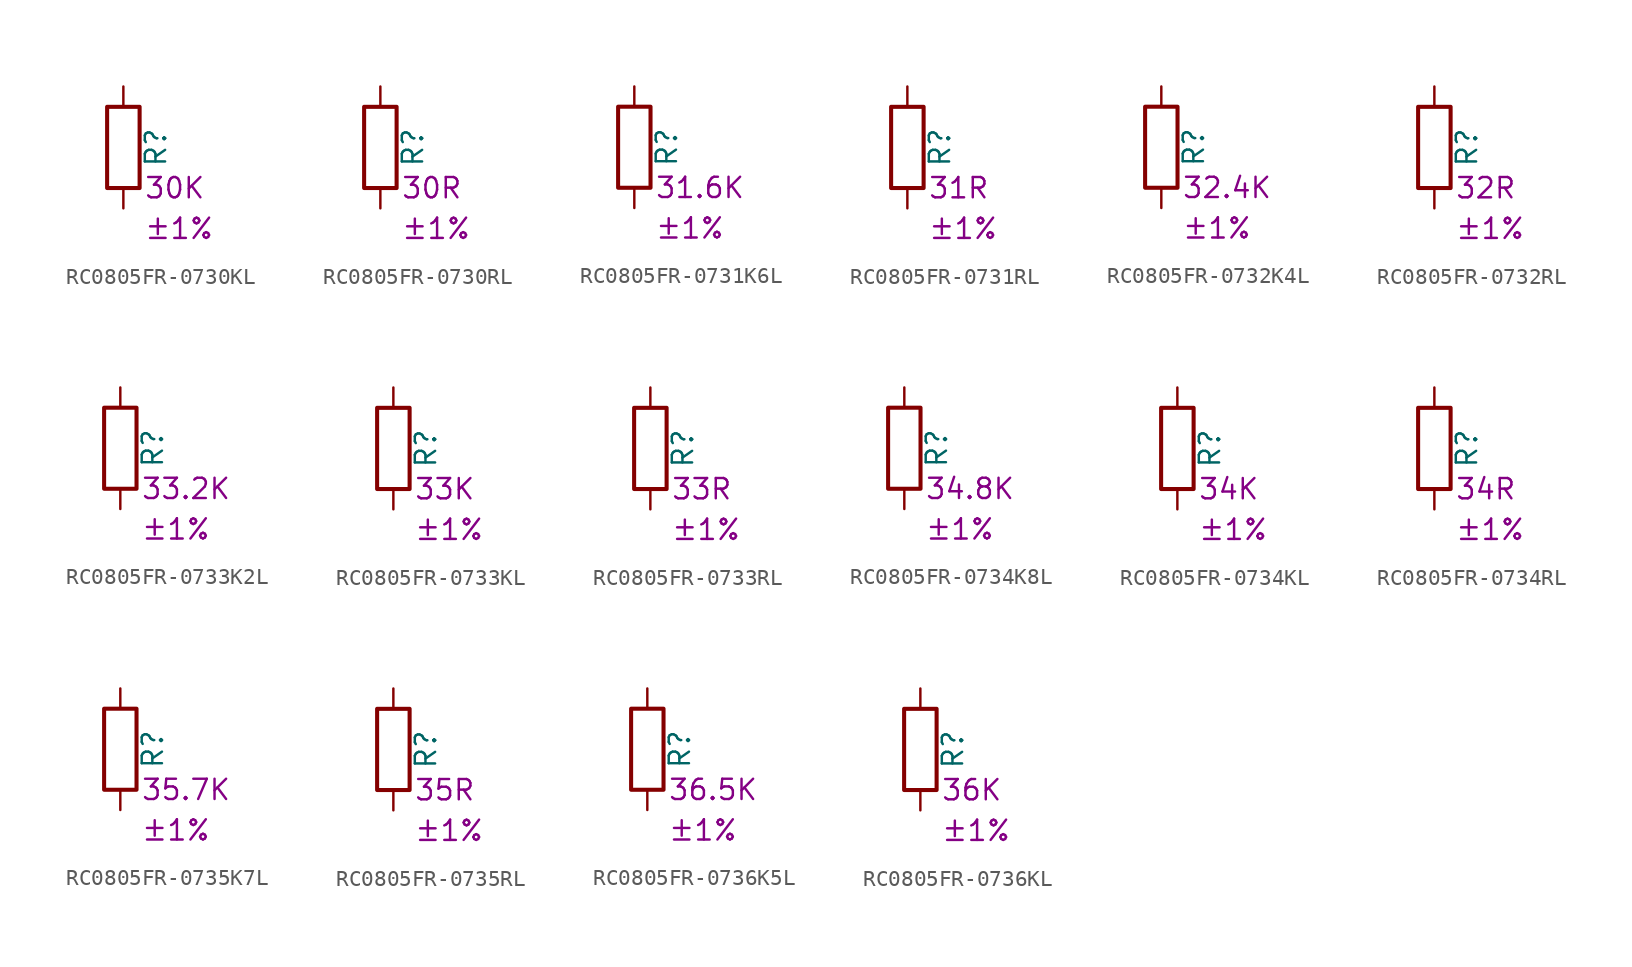
<source format=kicad_sym>
(kicad_symbol_lib
  (version 20220914)
  (generator kicad_symbol_editor)
  (symbol "RC0805FR-0730KL"
    (pin_numbers hide)
    (pin_names
      (offset 0))
    (property "Reference" "R"
      (at 2.032 0 90)
      (effects (font (size 1.27 1.27))))
    (property "Resistance" "30K"
      (at 1.27 -2.54 0)
      (effects (font (size 1.27 1.27)) (justify left)))
    (property "Tolerance" "±1%"
      (at 1.27 -5.08 0)
      (effects (font (size 1.27 1.27)) (justify left)))
    (symbol "RC0805FR-0730KL_0_1"
      (rectangle (start -1.016 -2.54) (end 1.016 2.54) (stroke (width 0.254) (type default)) (fill (type none))))
    (symbol "RC0805FR-0730KL_1_1"
      (pin passive line (at 0 3.81 270) (length 1.27) (name "~" (effects (font (size 1.27 1.27)))) (number "1" (effects (font (size 1.27 1.27)))))
      (pin passive line (at 0 -3.81 90) (length 1.27) (name "~" (effects (font (size 1.27 1.27)))) (number "2" (effects (font (size 1.27 1.27)))))))
  (symbol "RC0805FR-0730RL"
    (pin_numbers hide)
    (pin_names
      (offset 0))
    (property "Reference" "R"
      (at 2.032 0 90)
      (effects (font (size 1.27 1.27))))
    (property "Resistance" "30R"
      (at 1.27 -2.54 0)
      (effects (font (size 1.27 1.27)) (justify left)))
    (property "Tolerance" "±1%"
      (at 1.27 -5.08 0)
      (effects (font (size 1.27 1.27)) (justify left)))
    (symbol "RC0805FR-0730RL_0_1"
      (rectangle (start -1.016 -2.54) (end 1.016 2.54) (stroke (width 0.254) (type default)) (fill (type none))))
    (symbol "RC0805FR-0730RL_1_1"
      (pin passive line (at 0 3.81 270) (length 1.27) (name "~" (effects (font (size 1.27 1.27)))) (number "1" (effects (font (size 1.27 1.27)))))
      (pin passive line (at 0 -3.81 90) (length 1.27) (name "~" (effects (font (size 1.27 1.27)))) (number "2" (effects (font (size 1.27 1.27)))))))
  (symbol "RC0805FR-0731K6L"
    (pin_numbers hide)
    (pin_names
      (offset 0))
    (property "Reference" "R"
      (at 2.032 0 90)
      (effects (font (size 1.27 1.27))))
    (property "Resistance" "31.6K"
      (at 1.27 -2.54 0)
      (effects (font (size 1.27 1.27)) (justify left)))
    (property "Tolerance" "±1%"
      (at 1.27 -5.08 0)
      (effects (font (size 1.27 1.27)) (justify left)))
    (symbol "RC0805FR-0731K6L_0_1"
      (rectangle (start -1.016 -2.54) (end 1.016 2.54) (stroke (width 0.254) (type default)) (fill (type none))))
    (symbol "RC0805FR-0731K6L_1_1"
      (pin passive line (at 0 3.81 270) (length 1.27) (name "~" (effects (font (size 1.27 1.27)))) (number "1" (effects (font (size 1.27 1.27)))))
      (pin passive line (at 0 -3.81 90) (length 1.27) (name "~" (effects (font (size 1.27 1.27)))) (number "2" (effects (font (size 1.27 1.27)))))))
  (symbol "RC0805FR-0731RL"
    (pin_numbers hide)
    (pin_names
      (offset 0))
    (property "Reference" "R"
      (at 2.032 0 90)
      (effects (font (size 1.27 1.27))))
    (property "Resistance" "31R"
      (at 1.27 -2.54 0)
      (effects (font (size 1.27 1.27)) (justify left)))
    (property "Tolerance" "±1%"
      (at 1.27 -5.08 0)
      (effects (font (size 1.27 1.27)) (justify left)))
    (symbol "RC0805FR-0731RL_0_1"
      (rectangle (start -1.016 -2.54) (end 1.016 2.54) (stroke (width 0.254) (type default)) (fill (type none))))
    (symbol "RC0805FR-0731RL_1_1"
      (pin passive line (at 0 3.81 270) (length 1.27) (name "~" (effects (font (size 1.27 1.27)))) (number "1" (effects (font (size 1.27 1.27)))))
      (pin passive line (at 0 -3.81 90) (length 1.27) (name "~" (effects (font (size 1.27 1.27)))) (number "2" (effects (font (size 1.27 1.27)))))))
  (symbol "RC0805FR-0732K4L"
    (pin_numbers hide)
    (pin_names
      (offset 0))
    (property "Reference" "R"
      (at 2.032 0 90)
      (effects (font (size 1.27 1.27))))
    (property "Resistance" "32.4K"
      (at 1.27 -2.54 0)
      (effects (font (size 1.27 1.27)) (justify left)))
    (property "Tolerance" "±1%"
      (at 1.27 -5.08 0)
      (effects (font (size 1.27 1.27)) (justify left)))
    (symbol "RC0805FR-0732K4L_0_1"
      (rectangle (start -1.016 -2.54) (end 1.016 2.54) (stroke (width 0.254) (type default)) (fill (type none))))
    (symbol "RC0805FR-0732K4L_1_1"
      (pin passive line (at 0 3.81 270) (length 1.27) (name "~" (effects (font (size 1.27 1.27)))) (number "1" (effects (font (size 1.27 1.27)))))
      (pin passive line (at 0 -3.81 90) (length 1.27) (name "~" (effects (font (size 1.27 1.27)))) (number "2" (effects (font (size 1.27 1.27)))))))
  (symbol "RC0805FR-0732RL"
    (pin_numbers hide)
    (pin_names
      (offset 0))
    (property "Reference" "R"
      (at 2.032 0 90)
      (effects (font (size 1.27 1.27))))
    (property "Resistance" "32R"
      (at 1.27 -2.54 0)
      (effects (font (size 1.27 1.27)) (justify left)))
    (property "Tolerance" "±1%"
      (at 1.27 -5.08 0)
      (effects (font (size 1.27 1.27)) (justify left)))
    (symbol "RC0805FR-0732RL_0_1"
      (rectangle (start -1.016 -2.54) (end 1.016 2.54) (stroke (width 0.254) (type default)) (fill (type none))))
    (symbol "RC0805FR-0732RL_1_1"
      (pin passive line (at 0 3.81 270) (length 1.27) (name "~" (effects (font (size 1.27 1.27)))) (number "1" (effects (font (size 1.27 1.27)))))
      (pin passive line (at 0 -3.81 90) (length 1.27) (name "~" (effects (font (size 1.27 1.27)))) (number "2" (effects (font (size 1.27 1.27)))))))
  (symbol "RC0805FR-0733K2L"
    (pin_numbers hide)
    (pin_names
      (offset 0))
    (property "Reference" "R"
      (at 2.032 0 90)
      (effects (font (size 1.27 1.27))))
    (property "Resistance" "33.2K"
      (at 1.27 -2.54 0)
      (effects (font (size 1.27 1.27)) (justify left)))
    (property "Tolerance" "±1%"
      (at 1.27 -5.08 0)
      (effects (font (size 1.27 1.27)) (justify left)))
    (symbol "RC0805FR-0733K2L_0_1"
      (rectangle (start -1.016 -2.54) (end 1.016 2.54) (stroke (width 0.254) (type default)) (fill (type none))))
    (symbol "RC0805FR-0733K2L_1_1"
      (pin passive line (at 0 3.81 270) (length 1.27) (name "~" (effects (font (size 1.27 1.27)))) (number "1" (effects (font (size 1.27 1.27)))))
      (pin passive line (at 0 -3.81 90) (length 1.27) (name "~" (effects (font (size 1.27 1.27)))) (number "2" (effects (font (size 1.27 1.27)))))))
  (symbol "RC0805FR-0733KL"
    (pin_numbers hide)
    (pin_names
      (offset 0))
    (property "Reference" "R"
      (at 2.032 0 90)
      (effects (font (size 1.27 1.27))))
    (property "Resistance" "33K"
      (at 1.27 -2.54 0)
      (effects (font (size 1.27 1.27)) (justify left)))
    (property "Tolerance" "±1%"
      (at 1.27 -5.08 0)
      (effects (font (size 1.27 1.27)) (justify left)))
    (symbol "RC0805FR-0733KL_0_1"
      (rectangle (start -1.016 -2.54) (end 1.016 2.54) (stroke (width 0.254) (type default)) (fill (type none))))
    (symbol "RC0805FR-0733KL_1_1"
      (pin passive line (at 0 3.81 270) (length 1.27) (name "~" (effects (font (size 1.27 1.27)))) (number "1" (effects (font (size 1.27 1.27)))))
      (pin passive line (at 0 -3.81 90) (length 1.27) (name "~" (effects (font (size 1.27 1.27)))) (number "2" (effects (font (size 1.27 1.27)))))))
  (symbol "RC0805FR-0733RL"
    (pin_numbers hide)
    (pin_names
      (offset 0))
    (property "Reference" "R"
      (at 2.032 0 90)
      (effects (font (size 1.27 1.27))))
    (property "Resistance" "33R"
      (at 1.27 -2.54 0)
      (effects (font (size 1.27 1.27)) (justify left)))
    (property "Tolerance" "±1%"
      (at 1.27 -5.08 0)
      (effects (font (size 1.27 1.27)) (justify left)))
    (symbol "RC0805FR-0733RL_0_1"
      (rectangle (start -1.016 -2.54) (end 1.016 2.54) (stroke (width 0.254) (type default)) (fill (type none))))
    (symbol "RC0805FR-0733RL_1_1"
      (pin passive line (at 0 3.81 270) (length 1.27) (name "~" (effects (font (size 1.27 1.27)))) (number "1" (effects (font (size 1.27 1.27)))))
      (pin passive line (at 0 -3.81 90) (length 1.27) (name "~" (effects (font (size 1.27 1.27)))) (number "2" (effects (font (size 1.27 1.27)))))))
  (symbol "RC0805FR-0734K8L"
    (pin_numbers hide)
    (pin_names
      (offset 0))
    (property "Reference" "R"
      (at 2.032 0 90)
      (effects (font (size 1.27 1.27))))
    (property "Resistance" "34.8K"
      (at 1.27 -2.54 0)
      (effects (font (size 1.27 1.27)) (justify left)))
    (property "Tolerance" "±1%"
      (at 1.27 -5.08 0)
      (effects (font (size 1.27 1.27)) (justify left)))
    (symbol "RC0805FR-0734K8L_0_1"
      (rectangle (start -1.016 -2.54) (end 1.016 2.54) (stroke (width 0.254) (type default)) (fill (type none))))
    (symbol "RC0805FR-0734K8L_1_1"
      (pin passive line (at 0 3.81 270) (length 1.27) (name "~" (effects (font (size 1.27 1.27)))) (number "1" (effects (font (size 1.27 1.27)))))
      (pin passive line (at 0 -3.81 90) (length 1.27) (name "~" (effects (font (size 1.27 1.27)))) (number "2" (effects (font (size 1.27 1.27)))))))
  (symbol "RC0805FR-0734KL"
    (pin_numbers hide)
    (pin_names
      (offset 0))
    (property "Reference" "R"
      (at 2.032 0 90)
      (effects (font (size 1.27 1.27))))
    (property "Resistance" "34K"
      (at 1.27 -2.54 0)
      (effects (font (size 1.27 1.27)) (justify left)))
    (property "Tolerance" "±1%"
      (at 1.27 -5.08 0)
      (effects (font (size 1.27 1.27)) (justify left)))
    (symbol "RC0805FR-0734KL_0_1"
      (rectangle (start -1.016 -2.54) (end 1.016 2.54) (stroke (width 0.254) (type default)) (fill (type none))))
    (symbol "RC0805FR-0734KL_1_1"
      (pin passive line (at 0 3.81 270) (length 1.27) (name "~" (effects (font (size 1.27 1.27)))) (number "1" (effects (font (size 1.27 1.27)))))
      (pin passive line (at 0 -3.81 90) (length 1.27) (name "~" (effects (font (size 1.27 1.27)))) (number "2" (effects (font (size 1.27 1.27)))))))
  (symbol "RC0805FR-0734RL"
    (pin_numbers hide)
    (pin_names
      (offset 0))
    (property "Reference" "R"
      (at 2.032 0 90)
      (effects (font (size 1.27 1.27))))
    (property "Resistance" "34R"
      (at 1.27 -2.54 0)
      (effects (font (size 1.27 1.27)) (justify left)))
    (property "Tolerance" "±1%"
      (at 1.27 -5.08 0)
      (effects (font (size 1.27 1.27)) (justify left)))
    (symbol "RC0805FR-0734RL_0_1"
      (rectangle (start -1.016 -2.54) (end 1.016 2.54) (stroke (width 0.254) (type default)) (fill (type none))))
    (symbol "RC0805FR-0734RL_1_1"
      (pin passive line (at 0 3.81 270) (length 1.27) (name "~" (effects (font (size 1.27 1.27)))) (number "1" (effects (font (size 1.27 1.27)))))
      (pin passive line (at 0 -3.81 90) (length 1.27) (name "~" (effects (font (size 1.27 1.27)))) (number "2" (effects (font (size 1.27 1.27)))))))
  (symbol "RC0805FR-0735K7L"
    (pin_numbers hide)
    (pin_names
      (offset 0))
    (property "Reference" "R"
      (at 2.032 0 90)
      (effects (font (size 1.27 1.27))))
    (property "Resistance" "35.7K"
      (at 1.27 -2.54 0)
      (effects (font (size 1.27 1.27)) (justify left)))
    (property "Tolerance" "±1%"
      (at 1.27 -5.08 0)
      (effects (font (size 1.27 1.27)) (justify left)))
    (symbol "RC0805FR-0735K7L_0_1"
      (rectangle (start -1.016 -2.54) (end 1.016 2.54) (stroke (width 0.254) (type default)) (fill (type none))))
    (symbol "RC0805FR-0735K7L_1_1"
      (pin passive line (at 0 3.81 270) (length 1.27) (name "~" (effects (font (size 1.27 1.27)))) (number "1" (effects (font (size 1.27 1.27)))))
      (pin passive line (at 0 -3.81 90) (length 1.27) (name "~" (effects (font (size 1.27 1.27)))) (number "2" (effects (font (size 1.27 1.27)))))))
  (symbol "RC0805FR-0735RL"
    (pin_numbers hide)
    (pin_names
      (offset 0))
    (property "Reference" "R"
      (at 2.032 0 90)
      (effects (font (size 1.27 1.27))))
    (property "Resistance" "35R"
      (at 1.27 -2.54 0)
      (effects (font (size 1.27 1.27)) (justify left)))
    (property "Tolerance" "±1%"
      (at 1.27 -5.08 0)
      (effects (font (size 1.27 1.27)) (justify left)))
    (symbol "RC0805FR-0735RL_0_1"
      (rectangle (start -1.016 -2.54) (end 1.016 2.54) (stroke (width 0.254) (type default)) (fill (type none))))
    (symbol "RC0805FR-0735RL_1_1"
      (pin passive line (at 0 3.81 270) (length 1.27) (name "~" (effects (font (size 1.27 1.27)))) (number "1" (effects (font (size 1.27 1.27)))))
      (pin passive line (at 0 -3.81 90) (length 1.27) (name "~" (effects (font (size 1.27 1.27)))) (number "2" (effects (font (size 1.27 1.27)))))))
  (symbol "RC0805FR-0736K5L"
    (pin_numbers hide)
    (pin_names
      (offset 0))
    (property "Reference" "R"
      (at 2.032 0 90)
      (effects (font (size 1.27 1.27))))
    (property "Resistance" "36.5K"
      (at 1.27 -2.54 0)
      (effects (font (size 1.27 1.27)) (justify left)))
    (property "Tolerance" "±1%"
      (at 1.27 -5.08 0)
      (effects (font (size 1.27 1.27)) (justify left)))
    (symbol "RC0805FR-0736K5L_0_1"
      (rectangle (start -1.016 -2.54) (end 1.016 2.54) (stroke (width 0.254) (type default)) (fill (type none))))
    (symbol "RC0805FR-0736K5L_1_1"
      (pin passive line (at 0 3.81 270) (length 1.27) (name "~" (effects (font (size 1.27 1.27)))) (number "1" (effects (font (size 1.27 1.27)))))
      (pin passive line (at 0 -3.81 90) (length 1.27) (name "~" (effects (font (size 1.27 1.27)))) (number "2" (effects (font (size 1.27 1.27)))))))
  (symbol "RC0805FR-0736KL"
    (pin_numbers hide)
    (pin_names
      (offset 0))
    (property "Reference" "R"
      (at 2.032 0 90)
      (effects (font (size 1.27 1.27))))
    (property "Resistance" "36K"
      (at 1.27 -2.54 0)
      (effects (font (size 1.27 1.27)) (justify left)))
    (property "Tolerance" "±1%"
      (at 1.27 -5.08 0)
      (effects (font (size 1.27 1.27)) (justify left)))
    (symbol "RC0805FR-0736KL_0_1"
      (rectangle (start -1.016 -2.54) (end 1.016 2.54) (stroke (width 0.254) (type default)) (fill (type none))))
    (symbol "RC0805FR-0736KL_1_1"
      (pin passive line (at 0 3.81 270) (length 1.27) (name "~" (effects (font (size 1.27 1.27)))) (number "1" (effects (font (size 1.27 1.27)))))
      (pin passive line (at 0 -3.81 90) (length 1.27) (name "~" (effects (font (size 1.27 1.27)))) (number "2" (effects (font (size 1.27 1.27))))))))
</source>
